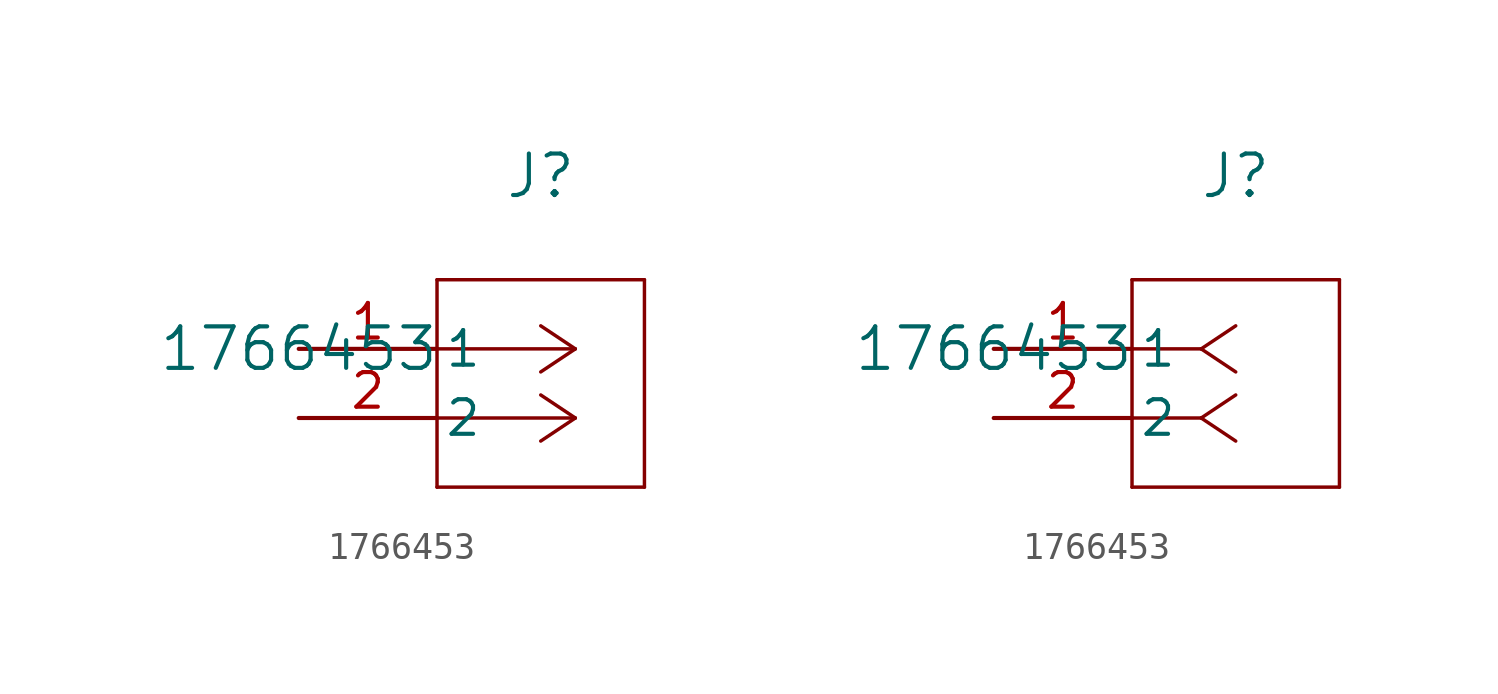
<source format=kicad_sym>
(kicad_symbol_lib
  (version 20211014)
  (generator kicad_symbol_editor)
  (symbol "1766453"
    (pin_names
      (offset 0.254))
    (property "Reference" "J"
      (at 8.89 6.35 0)
      (effects (font (size 1.524 1.524))))
    (property "Value" "1766453"
      (at 0 0 0)
      (effects (font (size 1.524 1.524))))
    (symbol "1766453_1_1"
      (polyline (pts (xy 10.16 0) (xy 5.08 0)) (stroke (width 0.127) (type default) (color 0 0 0 0)) (fill (type none)))
      (polyline (pts (xy 10.16 -2.54) (xy 5.08 -2.54)) (stroke (width 0.127) (type default) (color 0 0 0 0)) (fill (type none)))
      (polyline (pts (xy 10.16 0) (xy 8.89 0.847)) (stroke (width 0.127) (type default) (color 0 0 0 0)) (fill (type none)))
      (polyline (pts (xy 10.16 -2.54) (xy 8.89 -1.693)) (stroke (width 0.127) (type default) (color 0 0 0 0)) (fill (type none)))
      (polyline (pts (xy 10.16 0) (xy 8.89 -0.847)) (stroke (width 0.127) (type default) (color 0 0 0 0)) (fill (type none)))
      (polyline (pts (xy 10.16 -2.54) (xy 8.89 -3.387)) (stroke (width 0.127) (type default) (color 0 0 0 0)) (fill (type none)))
      (polyline (pts (xy 5.08 2.54) (xy 5.08 -5.08)) (stroke (width 0.127) (type default) (color 0 0 0 0)) (fill (type none)))
      (polyline (pts (xy 5.08 -5.08) (xy 12.7 -5.08)) (stroke (width 0.127) (type default) (color 0 0 0 0)) (fill (type none)))
      (polyline (pts (xy 12.7 -5.08) (xy 12.7 2.54)) (stroke (width 0.127) (type default) (color 0 0 0 0)) (fill (type none)))
      (polyline (pts (xy 12.7 2.54) (xy 5.08 2.54)) (stroke (width 0.127) (type default) (color 0 0 0 0)) (fill (type none)))
      (pin unspecified line (at 0 0 0) (length 5.08) (name "1" (effects (font (size 1.27 1.27)))) (number "1" (effects (font (size 1.27 1.27)))))
      (pin unspecified line (at 0 -2.54 0) (length 5.08) (name "2" (effects (font (size 1.27 1.27)))) (number "2" (effects (font (size 1.27 1.27))))))
    (symbol "1766453_1_2"
      (polyline (pts (xy 7.62 0) (xy 5.08 0)) (stroke (width 0.127) (type default) (color 0 0 0 0)) (fill (type none)))
      (polyline (pts (xy 7.62 -2.54) (xy 5.08 -2.54)) (stroke (width 0.127) (type default) (color 0 0 0 0)) (fill (type none)))
      (polyline (pts (xy 7.62 0) (xy 8.89 0.847)) (stroke (width 0.127) (type default) (color 0 0 0 0)) (fill (type none)))
      (polyline (pts (xy 7.62 -2.54) (xy 8.89 -1.693)) (stroke (width 0.127) (type default) (color 0 0 0 0)) (fill (type none)))
      (polyline (pts (xy 7.62 0) (xy 8.89 -0.847)) (stroke (width 0.127) (type default) (color 0 0 0 0)) (fill (type none)))
      (polyline (pts (xy 7.62 -2.54) (xy 8.89 -3.387)) (stroke (width 0.127) (type default) (color 0 0 0 0)) (fill (type none)))
      (polyline (pts (xy 5.08 2.54) (xy 5.08 -5.08)) (stroke (width 0.127) (type default) (color 0 0 0 0)) (fill (type none)))
      (polyline (pts (xy 5.08 -5.08) (xy 12.7 -5.08)) (stroke (width 0.127) (type default) (color 0 0 0 0)) (fill (type none)))
      (polyline (pts (xy 12.7 -5.08) (xy 12.7 2.54)) (stroke (width 0.127) (type default) (color 0 0 0 0)) (fill (type none)))
      (polyline (pts (xy 12.7 2.54) (xy 5.08 2.54)) (stroke (width 0.127) (type default) (color 0 0 0 0)) (fill (type none)))
      (pin unspecified line (at 0 0 0) (length 5.08) (name "1" (effects (font (size 1.27 1.27)))) (number "1" (effects (font (size 1.27 1.27)))))
      (pin unspecified line (at 0 -2.54 0) (length 5.08) (name "2" (effects (font (size 1.27 1.27)))) (number "2" (effects (font (size 1.27 1.27))))))))
</source>
